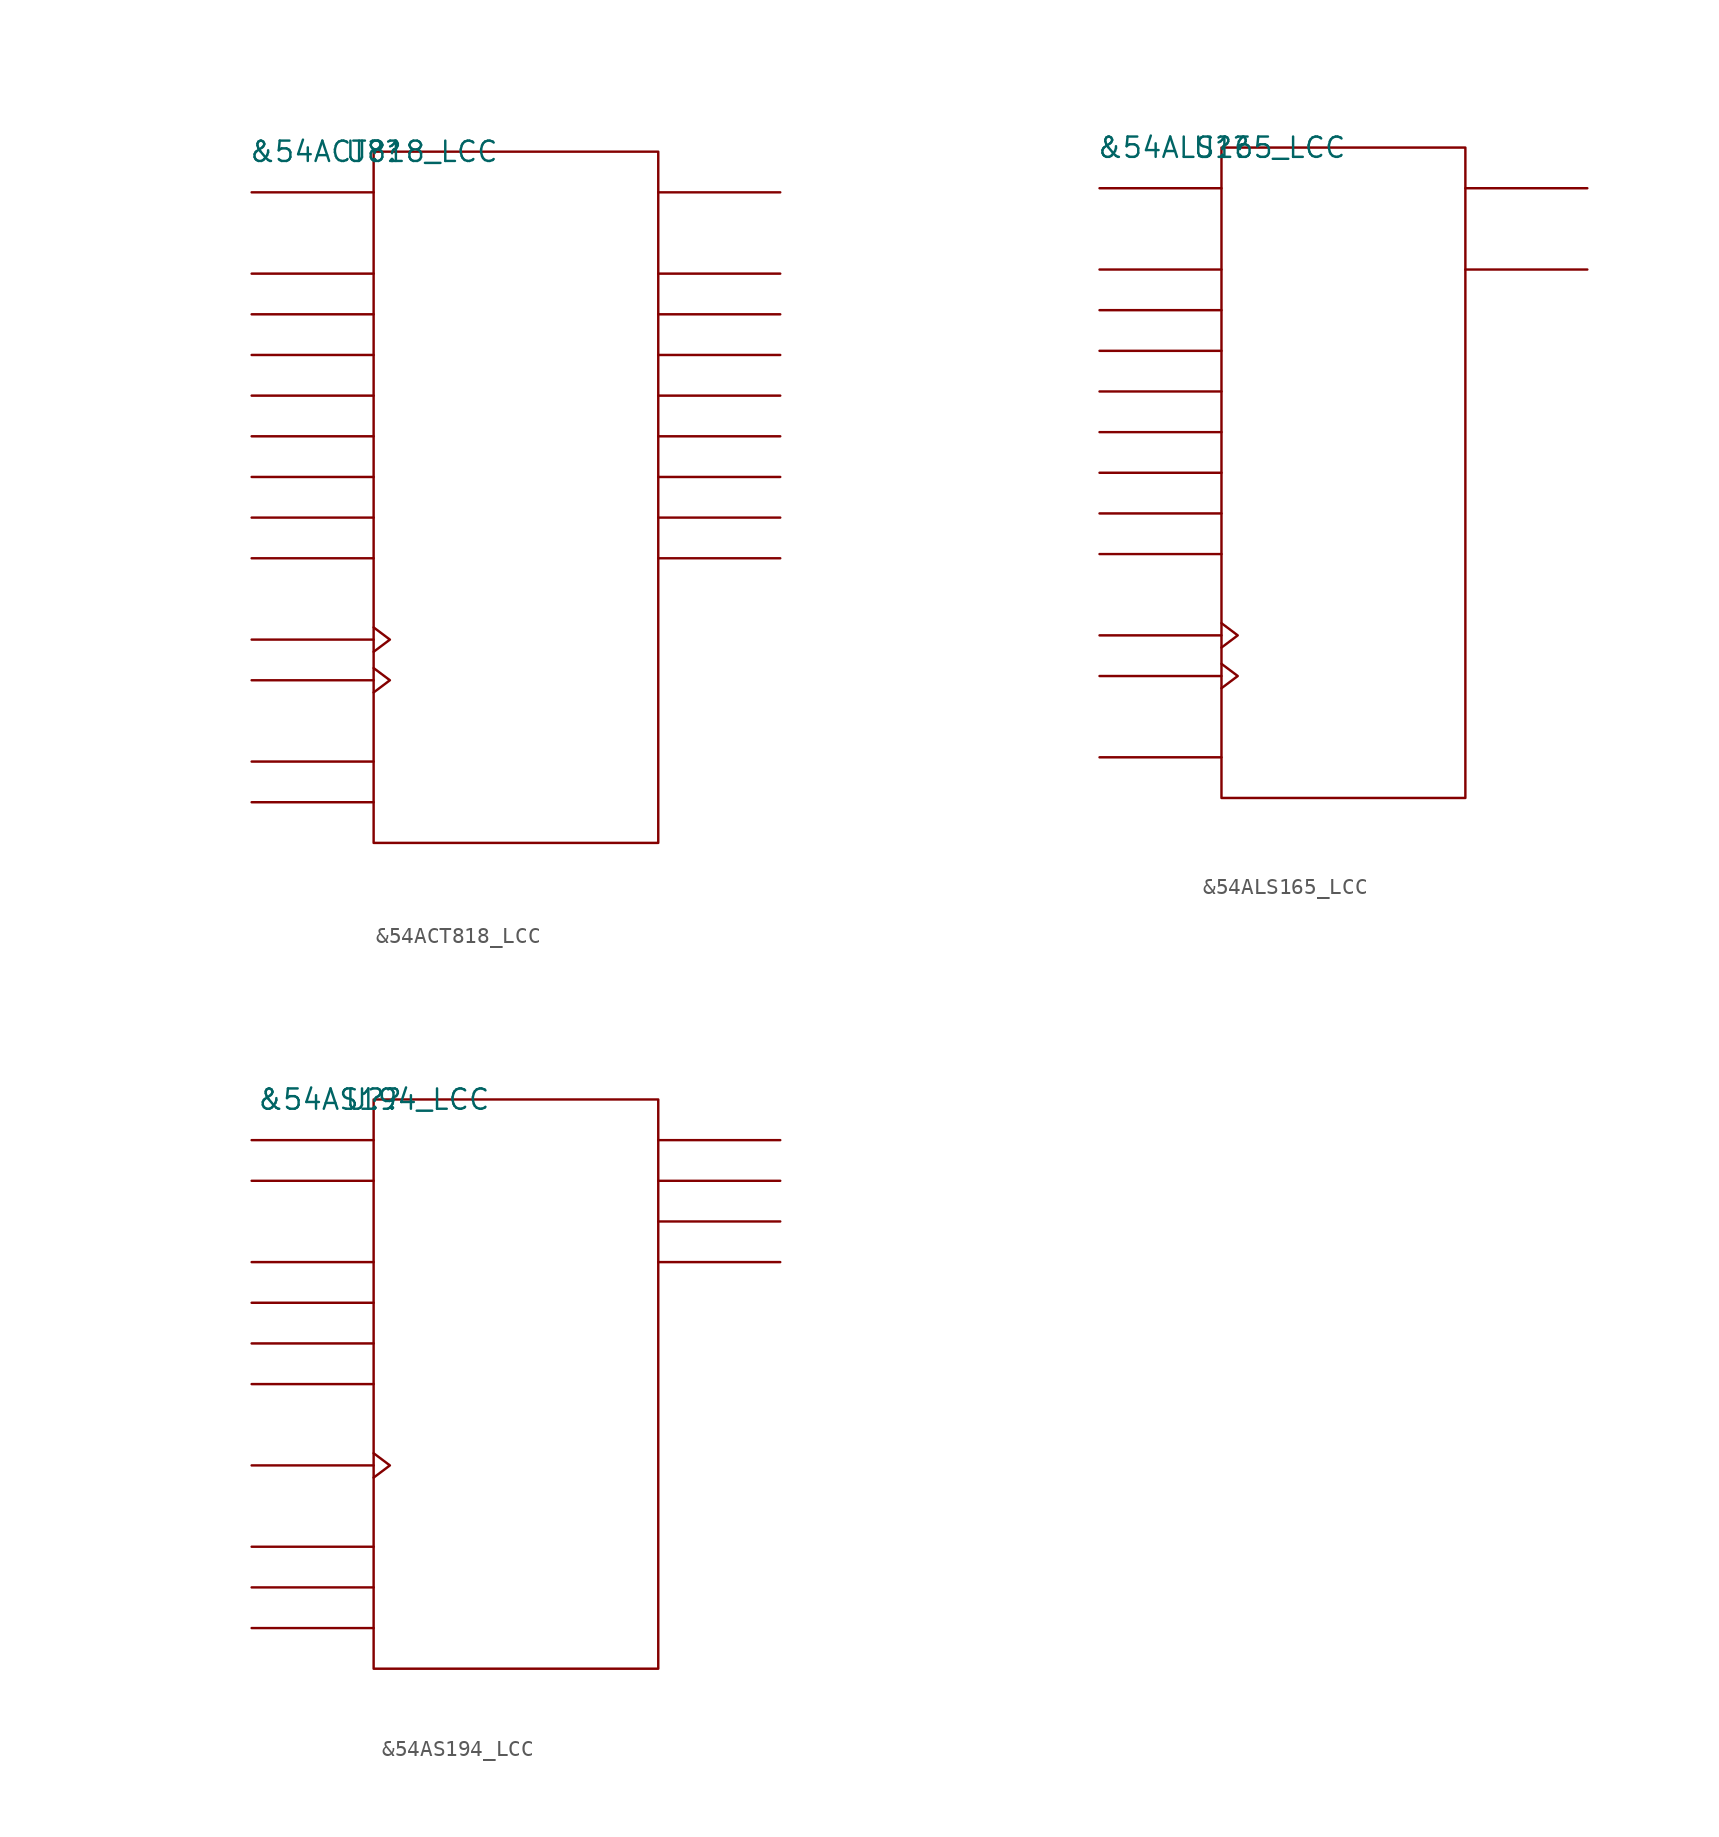
<source format=kicad_sym>
(kicad_symbol_lib
  (version 20211014)
  (generator kicad_symbol_editor)
  (symbol "&54ACT818_LCC"
    (pin_names
      (offset 0.762))
    (property "Reference" "U?"
      (at 0 0 0)
      (effects (font (size 1.27 1.27))))
    (property "Value" "&54ACT818_LCC"
      (at 0 0 0)
      (effects (font (size 1.27 1.27))))
    (symbol "&54ACT818_LCC_0_1"
      (rectangle (start 0 -43.18) (end 17.78 0) (stroke (width 0) (type default) (color 0 0 0 0)) (fill (type none)))
      (polyline (pts (xy 0 -40.64) (xy -7.62 -40.64)) (stroke (width 0) (type default) (color 0 0 0 0)) (fill (type none)))
      (polyline (pts (xy 0 -38.1) (xy -7.62 -38.1)) (stroke (width 0) (type default) (color 0 0 0 0)) (fill (type none)))
      (polyline (pts (xy 0 -33.02) (xy -7.62 -33.02)) (stroke (width 0) (type default) (color 0 0 0 0)) (fill (type none)))
      (polyline (pts (xy 0 -30.48) (xy -7.62 -30.48)) (stroke (width 0) (type default) (color 0 0 0 0)) (fill (type none)))
      (polyline (pts (xy 0 -25.4) (xy -7.62 -25.4)) (stroke (width 0) (type default) (color 0 0 0 0)) (fill (type none)))
      (polyline (pts (xy 0 -22.86) (xy -7.62 -22.86)) (stroke (width 0) (type default) (color 0 0 0 0)) (fill (type none)))
      (polyline (pts (xy 0 -20.32) (xy -7.62 -20.32)) (stroke (width 0) (type default) (color 0 0 0 0)) (fill (type none)))
      (polyline (pts (xy 0 -17.78) (xy -7.62 -17.78)) (stroke (width 0) (type default) (color 0 0 0 0)) (fill (type none)))
      (polyline (pts (xy 0 -15.24) (xy -7.62 -15.24)) (stroke (width 0) (type default) (color 0 0 0 0)) (fill (type none)))
      (polyline (pts (xy 0 -12.7) (xy -7.62 -12.7)) (stroke (width 0) (type default) (color 0 0 0 0)) (fill (type none)))
      (polyline (pts (xy 0 -10.16) (xy -7.62 -10.16)) (stroke (width 0) (type default) (color 0 0 0 0)) (fill (type none)))
      (polyline (pts (xy 0 -7.62) (xy -7.62 -7.62)) (stroke (width 0) (type default) (color 0 0 0 0)) (fill (type none)))
      (polyline (pts (xy 0 -2.54) (xy -7.62 -2.54)) (stroke (width 0) (type default) (color 0 0 0 0)) (fill (type none)))
      (polyline (pts (xy 17.78 -25.4) (xy 25.4 -25.4)) (stroke (width 0) (type default) (color 0 0 0 0)) (fill (type none)))
      (polyline (pts (xy 17.78 -22.86) (xy 25.4 -22.86)) (stroke (width 0) (type default) (color 0 0 0 0)) (fill (type none)))
      (polyline (pts (xy 17.78 -20.32) (xy 25.4 -20.32)) (stroke (width 0) (type default) (color 0 0 0 0)) (fill (type none)))
      (polyline (pts (xy 17.78 -17.78) (xy 25.4 -17.78)) (stroke (width 0) (type default) (color 0 0 0 0)) (fill (type none)))
      (polyline (pts (xy 17.78 -15.24) (xy 25.4 -15.24)) (stroke (width 0) (type default) (color 0 0 0 0)) (fill (type none)))
      (polyline (pts (xy 17.78 -12.7) (xy 25.4 -12.7)) (stroke (width 0) (type default) (color 0 0 0 0)) (fill (type none)))
      (polyline (pts (xy 17.78 -10.16) (xy 25.4 -10.16)) (stroke (width 0) (type default) (color 0 0 0 0)) (fill (type none)))
      (polyline (pts (xy 17.78 -7.62) (xy 25.4 -7.62)) (stroke (width 0) (type default) (color 0 0 0 0)) (fill (type none)))
      (polyline (pts (xy 17.78 -2.54) (xy 25.4 -2.54)) (stroke (width 0) (type default) (color 0 0 0 0)) (fill (type none)))
      (polyline (pts (xy 0 -32.258) (xy 1.016 -33.02) (xy 0 -33.782)) (stroke (width 0) (type default) (color 0 0 0 0)) (fill (type none)))
      (polyline (pts (xy 0 -29.718) (xy 1.016 -30.48) (xy 0 -31.242)) (stroke (width 0) (type default) (color 0 0 0 0)) (fill (type none))))
    (symbol "&54ACT818_LCC_1_1"
      (pin unspecified line (at -7.62 -20.32 0) (length 7.62) hide (name "D5" (effects (font (size 1.245 1.245)))) (number "10" (effects (font (size 1.245 1.245)))))
      (pin unspecified line (at -7.62 -22.86 0) (length 7.62) hide (name "D6" (effects (font (size 1.245 1.245)))) (number "11" (effects (font (size 1.245 1.245)))))
      (pin unspecified line (at -7.62 -25.4 0) (length 7.62) hide (name "D7" (effects (font (size 1.245 1.245)))) (number "12" (effects (font (size 1.245 1.245)))))
      (pin unspecified line (at -7.62 -2.54 0) (length 7.62) hide (name "SDI" (effects (font (size 1.245 1.245)))) (number "13" (effects (font (size 1.245 1.245)))))
      (pin power_in line (at 10.16 -43.18 0) (length 7.62) hide (name "GND" (effects (font (size 1.245 1.245)))) (number "14" (effects (font (size 1.245 1.245)))))
      (pin unspecified line (at -7.62 -33.02 180) (length 7.62) hide (name "PCLK" (effects (font (size 1.245 1.245)))) (number "16" (effects (font (size 1.245 1.245)))))
      (pin unspecified line (at 25.4 -2.54 180) (length 7.62) hide (name "SDO" (effects (font (size 1.245 1.245)))) (number "17" (effects (font (size 1.245 1.245)))))
      (pin unspecified line (at 25.4 -25.4 180) (length 7.62) hide (name "Y7" (effects (font (size 1.245 1.245)))) (number "18" (effects (font (size 1.245 1.245)))))
      (pin unspecified line (at 25.4 -22.86 180) (length 7.62) hide (name "Y6" (effects (font (size 1.245 1.245)))) (number "19" (effects (font (size 1.245 1.245)))))
      (pin unspecified line (at -7.62 -40.64 0) (length 7.62) hide (name "O\\E\\Y\\" (effects (font (size 1.245 1.245)))) (number "2" (effects (font (size 1.245 1.245)))))
      (pin unspecified line (at 25.4 -20.32 180) (length 7.62) hide (name "Y5" (effects (font (size 1.245 1.245)))) (number "20" (effects (font (size 1.245 1.245)))))
      (pin unspecified line (at 25.4 -17.78 180) (length 7.62) hide (name "Y4" (effects (font (size 1.245 1.245)))) (number "21" (effects (font (size 1.245 1.245)))))
      (pin unspecified line (at 25.4 -15.24 180) (length 7.62) hide (name "Y3" (effects (font (size 1.245 1.245)))) (number "23" (effects (font (size 1.245 1.245)))))
      (pin unspecified line (at 25.4 -12.7 180) (length 7.62) hide (name "Y2" (effects (font (size 1.245 1.245)))) (number "24" (effects (font (size 1.245 1.245)))))
      (pin unspecified line (at 25.4 -10.16 180) (length 7.62) hide (name "Y1" (effects (font (size 1.245 1.245)))) (number "25" (effects (font (size 1.245 1.245)))))
      (pin unspecified line (at 25.4 -7.62 180) (length 7.62) hide (name "Y0" (effects (font (size 1.245 1.245)))) (number "26" (effects (font (size 1.245 1.245)))))
      (pin unspecified line (at -7.62 -38.1 0) (length 7.62) hide (name "MODE" (effects (font (size 1.245 1.245)))) (number "27" (effects (font (size 1.245 1.245)))))
      (pin power_in line (at 7.62 0 180) (length 7.62) hide (name "VCC" (effects (font (size 1.245 1.245)))) (number "28" (effects (font (size 1.245 1.245)))))
      (pin unspecified line (at -7.62 -30.48 180) (length 7.62) hide (name "DCLK" (effects (font (size 1.245 1.245)))) (number "3" (effects (font (size 1.245 1.245)))))
      (pin unspecified line (at -7.62 -7.62 0) (length 7.62) hide (name "D0" (effects (font (size 1.245 1.245)))) (number "4" (effects (font (size 1.245 1.245)))))
      (pin unspecified line (at -7.62 -10.16 0) (length 7.62) hide (name "D1" (effects (font (size 1.245 1.245)))) (number "5" (effects (font (size 1.245 1.245)))))
      (pin unspecified line (at -7.62 -12.7 0) (length 7.62) hide (name "D2" (effects (font (size 1.245 1.245)))) (number "6" (effects (font (size 1.245 1.245)))))
      (pin unspecified line (at -7.62 -15.24 0) (length 7.62) hide (name "D3" (effects (font (size 1.245 1.245)))) (number "7" (effects (font (size 1.245 1.245)))))
      (pin unspecified line (at -7.62 -17.78 0) (length 7.62) hide (name "D4" (effects (font (size 1.245 1.245)))) (number "9" (effects (font (size 1.245 1.245)))))))
  (symbol "&54ALS165_LCC"
    (pin_names
      (offset 0.762))
    (property "Reference" "U?"
      (at 0 0 0)
      (effects (font (size 1.27 1.27))))
    (property "Value" "&54ALS165_LCC"
      (at 0 0 0)
      (effects (font (size 1.27 1.27))))
    (symbol "&54ALS165_LCC_0_1"
      (rectangle (start 0 -40.64) (end 15.24 0) (stroke (width 0) (type default) (color 0 0 0 0)) (fill (type none)))
      (polyline (pts (xy 0 -38.1) (xy -7.62 -38.1)) (stroke (width 0) (type default) (color 0 0 0 0)) (fill (type none)))
      (polyline (pts (xy 0 -33.02) (xy -7.62 -33.02)) (stroke (width 0) (type default) (color 0 0 0 0)) (fill (type none)))
      (polyline (pts (xy 0 -30.48) (xy -7.62 -30.48)) (stroke (width 0) (type default) (color 0 0 0 0)) (fill (type none)))
      (polyline (pts (xy 0 -25.4) (xy -7.62 -25.4)) (stroke (width 0) (type default) (color 0 0 0 0)) (fill (type none)))
      (polyline (pts (xy 0 -22.86) (xy -7.62 -22.86)) (stroke (width 0) (type default) (color 0 0 0 0)) (fill (type none)))
      (polyline (pts (xy 0 -20.32) (xy -7.62 -20.32)) (stroke (width 0) (type default) (color 0 0 0 0)) (fill (type none)))
      (polyline (pts (xy 0 -17.78) (xy -7.62 -17.78)) (stroke (width 0) (type default) (color 0 0 0 0)) (fill (type none)))
      (polyline (pts (xy 0 -15.24) (xy -7.62 -15.24)) (stroke (width 0) (type default) (color 0 0 0 0)) (fill (type none)))
      (polyline (pts (xy 0 -12.7) (xy -7.62 -12.7)) (stroke (width 0) (type default) (color 0 0 0 0)) (fill (type none)))
      (polyline (pts (xy 0 -10.16) (xy -7.62 -10.16)) (stroke (width 0) (type default) (color 0 0 0 0)) (fill (type none)))
      (polyline (pts (xy 0 -7.62) (xy -7.62 -7.62)) (stroke (width 0) (type default) (color 0 0 0 0)) (fill (type none)))
      (polyline (pts (xy 0 -2.54) (xy -7.62 -2.54)) (stroke (width 0) (type default) (color 0 0 0 0)) (fill (type none)))
      (polyline (pts (xy 15.24 -7.62) (xy 22.86 -7.62)) (stroke (width 0) (type default) (color 0 0 0 0)) (fill (type none)))
      (polyline (pts (xy 15.24 -2.54) (xy 22.86 -2.54)) (stroke (width 0) (type default) (color 0 0 0 0)) (fill (type none)))
      (polyline (pts (xy 0 -32.258) (xy 1.016 -33.02) (xy 0 -33.782)) (stroke (width 0) (type default) (color 0 0 0 0)) (fill (type none)))
      (polyline (pts (xy 0 -29.718) (xy 1.016 -30.48) (xy 0 -31.242)) (stroke (width 0) (type default) (color 0 0 0 0)) (fill (type none))))
    (symbol "&54ALS165_LCC_1_1"
      (pin power_in line (at 12.7 -40.64 180) (length 7.62) hide (name "GND" (effects (font (size 1.245 1.245)))) (number "10" (effects (font (size 1.245 1.245)))))
      (pin unspecified line (at 22.86 -2.54 180) (length 7.62) hide (name "QH" (effects (font (size 1.245 1.245)))) (number "12" (effects (font (size 1.245 1.245)))))
      (pin unspecified line (at -7.62 -2.54 0) (length 7.62) hide (name "SDI" (effects (font (size 1.245 1.245)))) (number "13" (effects (font (size 1.245 1.245)))))
      (pin unspecified line (at -7.62 -7.62 0) (length 7.62) hide (name "A" (effects (font (size 1.245 1.245)))) (number "14" (effects (font (size 1.245 1.245)))))
      (pin unspecified line (at -7.62 -10.16 0) (length 7.62) hide (name "B" (effects (font (size 1.245 1.245)))) (number "15" (effects (font (size 1.245 1.245)))))
      (pin unspecified line (at -7.62 -12.7 0) (length 7.62) hide (name "C" (effects (font (size 1.245 1.245)))) (number "17" (effects (font (size 1.245 1.245)))))
      (pin unspecified line (at -7.62 -15.24 0) (length 7.62) hide (name "D" (effects (font (size 1.245 1.245)))) (number "18" (effects (font (size 1.245 1.245)))))
      (pin unspecified line (at -7.62 -33.02 180) (length 7.62) hide (name "CLKINH" (effects (font (size 1.245 1.245)))) (number "19" (effects (font (size 1.245 1.245)))))
      (pin unspecified line (at -7.62 -38.1 0) (length 7.62) hide (name "SH/L\\D\\" (effects (font (size 1.245 1.245)))) (number "2" (effects (font (size 1.245 1.245)))))
      (pin power_in line (at 7.62 0 180) (length 7.62) hide (name "VCC" (effects (font (size 1.245 1.245)))) (number "20" (effects (font (size 1.245 1.245)))))
      (pin unspecified line (at -7.62 -30.48 180) (length 7.62) hide (name "CLK" (effects (font (size 1.245 1.245)))) (number "3" (effects (font (size 1.245 1.245)))))
      (pin unspecified line (at -7.62 -17.78 0) (length 7.62) hide (name "E" (effects (font (size 1.245 1.245)))) (number "4" (effects (font (size 1.245 1.245)))))
      (pin unspecified line (at -7.62 -20.32 0) (length 7.62) hide (name "F" (effects (font (size 1.245 1.245)))) (number "5" (effects (font (size 1.245 1.245)))))
      (pin unspecified line (at -7.62 -22.86 0) (length 7.62) hide (name "G" (effects (font (size 1.245 1.245)))) (number "7" (effects (font (size 1.245 1.245)))))
      (pin unspecified line (at -7.62 -25.4 0) (length 7.62) hide (name "H" (effects (font (size 1.245 1.245)))) (number "8" (effects (font (size 1.245 1.245)))))
      (pin unspecified line (at 22.86 -7.62 180) (length 7.62) hide (name "Q\\H\\" (effects (font (size 1.245 1.245)))) (number "9" (effects (font (size 1.245 1.245)))))))
  (symbol "&54AS194_LCC"
    (pin_names
      (offset 0.762))
    (property "Reference" "U?"
      (at 0 0 0)
      (effects (font (size 1.27 1.27))))
    (property "Value" "&54AS194_LCC"
      (at 0 0 0)
      (effects (font (size 1.27 1.27))))
    (symbol "&54AS194_LCC_0_1"
      (rectangle (start 0 -35.56) (end 17.78 0) (stroke (width 0) (type default) (color 0 0 0 0)) (fill (type none)))
      (polyline (pts (xy 0 -33.02) (xy -7.62 -33.02)) (stroke (width 0) (type default) (color 0 0 0 0)) (fill (type none)))
      (polyline (pts (xy 0 -30.48) (xy -7.62 -30.48)) (stroke (width 0) (type default) (color 0 0 0 0)) (fill (type none)))
      (polyline (pts (xy 0 -27.94) (xy -7.62 -27.94)) (stroke (width 0) (type default) (color 0 0 0 0)) (fill (type none)))
      (polyline (pts (xy 0 -22.86) (xy -7.62 -22.86)) (stroke (width 0) (type default) (color 0 0 0 0)) (fill (type none)))
      (polyline (pts (xy 0 -17.78) (xy -7.62 -17.78)) (stroke (width 0) (type default) (color 0 0 0 0)) (fill (type none)))
      (polyline (pts (xy 0 -15.24) (xy -7.62 -15.24)) (stroke (width 0) (type default) (color 0 0 0 0)) (fill (type none)))
      (polyline (pts (xy 0 -12.7) (xy -7.62 -12.7)) (stroke (width 0) (type default) (color 0 0 0 0)) (fill (type none)))
      (polyline (pts (xy 0 -10.16) (xy -7.62 -10.16)) (stroke (width 0) (type default) (color 0 0 0 0)) (fill (type none)))
      (polyline (pts (xy 0 -5.08) (xy -7.62 -5.08)) (stroke (width 0) (type default) (color 0 0 0 0)) (fill (type none)))
      (polyline (pts (xy 0 -2.54) (xy -7.62 -2.54)) (stroke (width 0) (type default) (color 0 0 0 0)) (fill (type none)))
      (polyline (pts (xy 17.78 -10.16) (xy 25.4 -10.16)) (stroke (width 0) (type default) (color 0 0 0 0)) (fill (type none)))
      (polyline (pts (xy 17.78 -7.62) (xy 25.4 -7.62)) (stroke (width 0) (type default) (color 0 0 0 0)) (fill (type none)))
      (polyline (pts (xy 17.78 -5.08) (xy 25.4 -5.08)) (stroke (width 0) (type default) (color 0 0 0 0)) (fill (type none)))
      (polyline (pts (xy 17.78 -2.54) (xy 25.4 -2.54)) (stroke (width 0) (type default) (color 0 0 0 0)) (fill (type none)))
      (polyline (pts (xy 0 -22.098) (xy 1.016 -22.86) (xy 0 -23.622)) (stroke (width 0) (type default) (color 0 0 0 0)) (fill (type none))))
    (symbol "&54AS194_LCC_1_1"
      (pin power_in line (at 10.16 -35.56 0) (length 7.62) hide (name "GND" (effects (font (size 1.245 1.245)))) (number "10" (effects (font (size 1.245 1.245)))))
      (pin unspecified line (at -7.62 -30.48 0) (length 7.62) hide (name "S0" (effects (font (size 1.245 1.245)))) (number "12" (effects (font (size 1.245 1.245)))))
      (pin unspecified line (at -7.62 -33.02 0) (length 7.62) hide (name "S1" (effects (font (size 1.245 1.245)))) (number "13" (effects (font (size 1.245 1.245)))))
      (pin unspecified line (at -7.62 -22.86 180) (length 7.62) hide (name "CLK" (effects (font (size 1.245 1.245)))) (number "14" (effects (font (size 1.245 1.245)))))
      (pin unspecified line (at 25.4 -10.16 180) (length 7.62) hide (name "QD" (effects (font (size 1.245 1.245)))) (number "15" (effects (font (size 1.245 1.245)))))
      (pin unspecified line (at 25.4 -7.62 180) (length 7.62) hide (name "QC" (effects (font (size 1.245 1.245)))) (number "17" (effects (font (size 1.245 1.245)))))
      (pin unspecified line (at 25.4 -5.08 180) (length 7.62) hide (name "QB" (effects (font (size 1.245 1.245)))) (number "18" (effects (font (size 1.245 1.245)))))
      (pin unspecified line (at 25.4 -2.54 180) (length 7.62) hide (name "QA" (effects (font (size 1.245 1.245)))) (number "19" (effects (font (size 1.245 1.245)))))
      (pin unspecified line (at -7.62 -27.94 0) (length 7.62) hide (name "C\\L\\R\\" (effects (font (size 1.245 1.245)))) (number "2" (effects (font (size 1.245 1.245)))))
      (pin power_in line (at 10.16 0 0) (length 7.62) hide (name "VCC" (effects (font (size 1.245 1.245)))) (number "20" (effects (font (size 1.245 1.245)))))
      (pin unspecified line (at -7.62 -5.08 0) (length 7.62) hide (name "SRSDI" (effects (font (size 1.245 1.245)))) (number "3" (effects (font (size 1.245 1.245)))))
      (pin unspecified line (at -7.62 -10.16 0) (length 7.62) hide (name "A" (effects (font (size 1.245 1.245)))) (number "4" (effects (font (size 1.245 1.245)))))
      (pin unspecified line (at -7.62 -12.7 0) (length 7.62) hide (name "B" (effects (font (size 1.245 1.245)))) (number "5" (effects (font (size 1.245 1.245)))))
      (pin unspecified line (at -7.62 -15.24 0) (length 7.62) hide (name "C" (effects (font (size 1.245 1.245)))) (number "7" (effects (font (size 1.245 1.245)))))
      (pin unspecified line (at -7.62 -17.78 0) (length 7.62) hide (name "D" (effects (font (size 1.245 1.245)))) (number "8" (effects (font (size 1.245 1.245)))))
      (pin unspecified line (at -7.62 -2.54 0) (length 7.62) hide (name "SLSDI" (effects (font (size 1.245 1.245)))) (number "9" (effects (font (size 1.245 1.245))))))))
</source>
